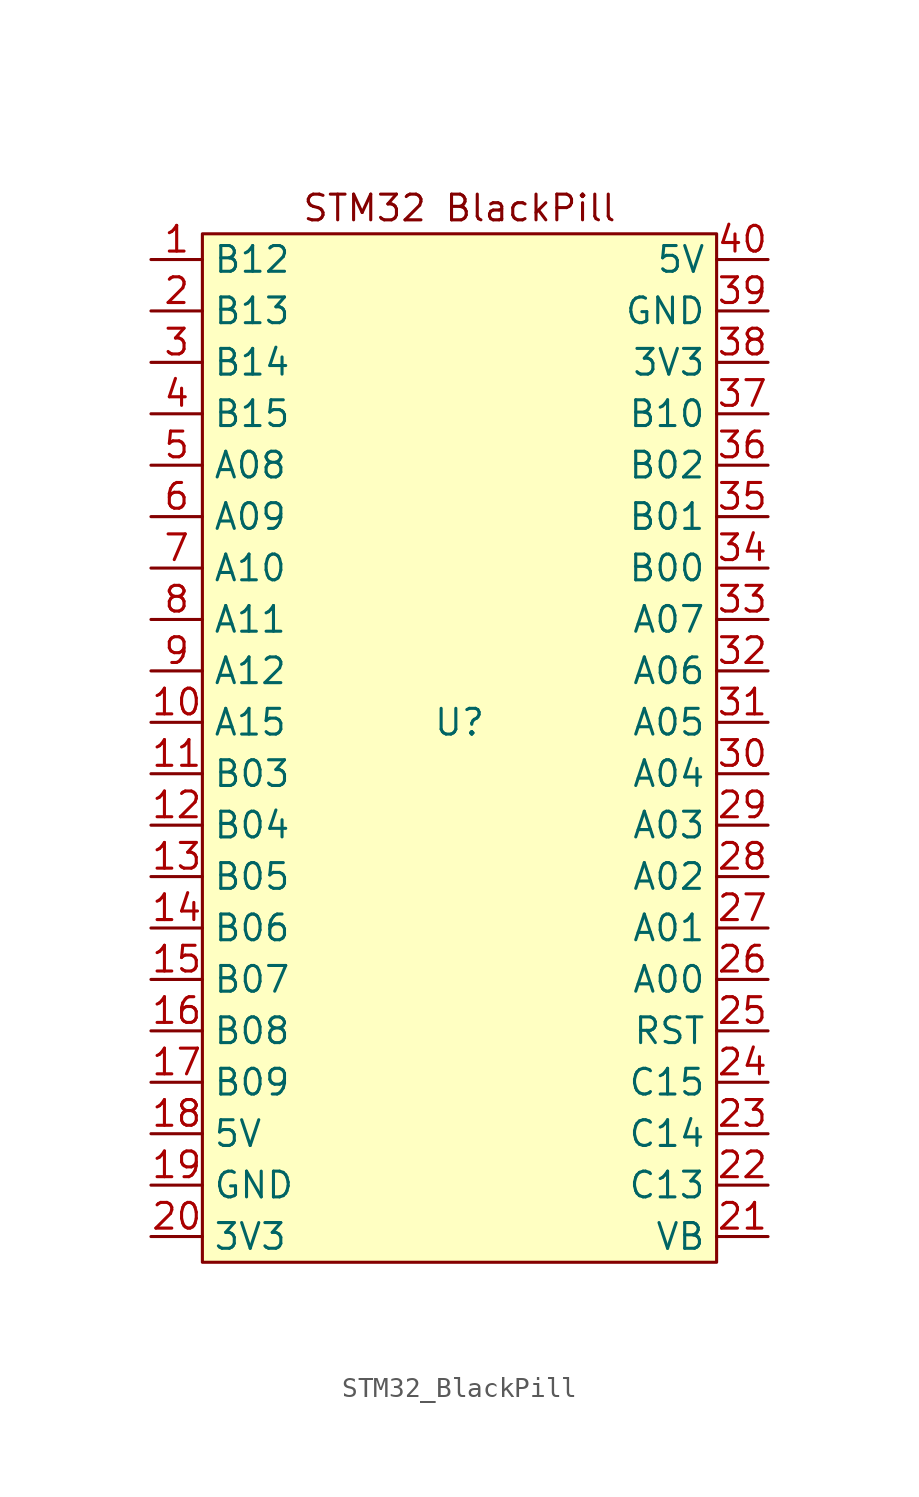
<source format=kicad_sym>
(kicad_symbol_lib
  (version 20220914)
  (generator kicad_symbol_editor)
  (symbol "STM32_BlackPill"
    (property "Reference" "U"
      (at 22.86 -21.59 0)
      (effects (font (size 1.27 1.27))))
    (property "Value" ""
      (at 10.16 1.27 0)
      (effects (font (size 1.27 1.27))))
    (symbol "STM32_BlackPill_1_1"
      (rectangle (start 10.16 2.54) (end 35.56 -48.26) (stroke (width 0) (type default)) (fill (type background)))
      (text "STM32 BlackPill" (at 22.86 3.81 0) (effects (font (size 1.27 1.27))))
      (pin bidirectional line (at 7.62 1.27 0) (length 2.54) (name "B12" (effects (font (size 1.27 1.27)))) (number "1" (effects (font (size 1.27 1.27)))))
      (pin bidirectional line (at 7.62 -21.59 0) (length 2.54) (name "A15" (effects (font (size 1.27 1.27)))) (number "10" (effects (font (size 1.27 1.27)))))
      (pin bidirectional line (at 7.62 -24.13 0) (length 2.54) (name "B03" (effects (font (size 1.27 1.27)))) (number "11" (effects (font (size 1.27 1.27)))))
      (pin bidirectional line (at 7.62 -26.67 0) (length 2.54) (name "B04" (effects (font (size 1.27 1.27)))) (number "12" (effects (font (size 1.27 1.27)))))
      (pin bidirectional line (at 7.62 -29.21 0) (length 2.54) (name "B05" (effects (font (size 1.27 1.27)))) (number "13" (effects (font (size 1.27 1.27)))))
      (pin bidirectional line (at 7.62 -31.75 0) (length 2.54) (name "B06" (effects (font (size 1.27 1.27)))) (number "14" (effects (font (size 1.27 1.27)))))
      (pin bidirectional line (at 7.62 -34.29 0) (length 2.54) (name "B07" (effects (font (size 1.27 1.27)))) (number "15" (effects (font (size 1.27 1.27)))))
      (pin bidirectional line (at 7.62 -36.83 0) (length 2.54) (name "B08" (effects (font (size 1.27 1.27)))) (number "16" (effects (font (size 1.27 1.27)))))
      (pin bidirectional line (at 7.62 -39.37 0) (length 2.54) (name "B09" (effects (font (size 1.27 1.27)))) (number "17" (effects (font (size 1.27 1.27)))))
      (pin power_out line (at 7.62 -41.91 0) (length 2.54) (name "5V" (effects (font (size 1.27 1.27)))) (number "18" (effects (font (size 1.27 1.27)))))
      (pin power_in line (at 7.62 -44.45 0) (length 2.54) (name "GND" (effects (font (size 1.27 1.27)))) (number "19" (effects (font (size 1.27 1.27)))))
      (pin bidirectional line (at 7.62 -1.27 0) (length 2.54) (name "B13" (effects (font (size 1.27 1.27)))) (number "2" (effects (font (size 1.27 1.27)))))
      (pin power_in line (at 7.62 -46.99 0) (length 2.54) (name "3V3" (effects (font (size 1.27 1.27)))) (number "20" (effects (font (size 1.27 1.27)))))
      (pin power_in line (at 38.1 -46.99 180) (length 2.54) (name "VB" (effects (font (size 1.27 1.27)))) (number "21" (effects (font (size 1.27 1.27)))))
      (pin bidirectional line (at 38.1 -44.45 180) (length 2.54) (name "C13" (effects (font (size 1.27 1.27)))) (number "22" (effects (font (size 1.27 1.27)))))
      (pin bidirectional line (at 38.1 -41.91 180) (length 2.54) (name "C14" (effects (font (size 1.27 1.27)))) (number "23" (effects (font (size 1.27 1.27)))))
      (pin bidirectional line (at 38.1 -39.37 180) (length 2.54) (name "C15" (effects (font (size 1.27 1.27)))) (number "24" (effects (font (size 1.27 1.27)))))
      (pin input line (at 38.1 -36.83 180) (length 2.54) (name "RST" (effects (font (size 1.27 1.27)))) (number "25" (effects (font (size 1.27 1.27)))))
      (pin bidirectional line (at 38.1 -34.29 180) (length 2.54) (name "A00" (effects (font (size 1.27 1.27)))) (number "26" (effects (font (size 1.27 1.27)))))
      (pin bidirectional line (at 38.1 -31.75 180) (length 2.54) (name "A01" (effects (font (size 1.27 1.27)))) (number "27" (effects (font (size 1.27 1.27)))))
      (pin bidirectional line (at 38.1 -29.21 180) (length 2.54) (name "A02" (effects (font (size 1.27 1.27)))) (number "28" (effects (font (size 1.27 1.27)))))
      (pin bidirectional line (at 38.1 -26.67 180) (length 2.54) (name "A03" (effects (font (size 1.27 1.27)))) (number "29" (effects (font (size 1.27 1.27)))))
      (pin bidirectional line (at 7.62 -3.81 0) (length 2.54) (name "B14" (effects (font (size 1.27 1.27)))) (number "3" (effects (font (size 1.27 1.27)))))
      (pin bidirectional line (at 38.1 -24.13 180) (length 2.54) (name "A04" (effects (font (size 1.27 1.27)))) (number "30" (effects (font (size 1.27 1.27)))))
      (pin bidirectional line (at 38.1 -21.59 180) (length 2.54) (name "A05" (effects (font (size 1.27 1.27)))) (number "31" (effects (font (size 1.27 1.27)))))
      (pin bidirectional line (at 38.1 -19.05 180) (length 2.54) (name "A06" (effects (font (size 1.27 1.27)))) (number "32" (effects (font (size 1.27 1.27)))))
      (pin bidirectional line (at 38.1 -16.51 180) (length 2.54) (name "A07" (effects (font (size 1.27 1.27)))) (number "33" (effects (font (size 1.27 1.27)))))
      (pin bidirectional line (at 38.1 -13.97 180) (length 2.54) (name "B00" (effects (font (size 1.27 1.27)))) (number "34" (effects (font (size 1.27 1.27)))))
      (pin bidirectional line (at 38.1 -11.43 180) (length 2.54) (name "B01" (effects (font (size 1.27 1.27)))) (number "35" (effects (font (size 1.27 1.27)))))
      (pin bidirectional line (at 38.1 -8.89 180) (length 2.54) (name "B02" (effects (font (size 1.27 1.27)))) (number "36" (effects (font (size 1.27 1.27)))))
      (pin bidirectional line (at 38.1 -6.35 180) (length 2.54) (name "B10" (effects (font (size 1.27 1.27)))) (number "37" (effects (font (size 1.27 1.27)))))
      (pin power_in line (at 38.1 -3.81 180) (length 2.54) (name "3V3" (effects (font (size 1.27 1.27)))) (number "38" (effects (font (size 1.27 1.27)))))
      (pin power_in line (at 38.1 -1.27 180) (length 2.54) (name "GND" (effects (font (size 1.27 1.27)))) (number "39" (effects (font (size 1.27 1.27)))))
      (pin bidirectional line (at 7.62 -6.35 0) (length 2.54) (name "B15" (effects (font (size 1.27 1.27)))) (number "4" (effects (font (size 1.27 1.27)))))
      (pin power_in line (at 38.1 1.27 180) (length 2.54) (name "5V" (effects (font (size 1.27 1.27)))) (number "40" (effects (font (size 1.27 1.27)))))
      (pin bidirectional line (at 7.62 -8.89 0) (length 2.54) (name "A08" (effects (font (size 1.27 1.27)))) (number "5" (effects (font (size 1.27 1.27)))))
      (pin bidirectional line (at 7.62 -11.43 0) (length 2.54) (name "A09" (effects (font (size 1.27 1.27)))) (number "6" (effects (font (size 1.27 1.27)))))
      (pin bidirectional line (at 7.62 -13.97 0) (length 2.54) (name "A10" (effects (font (size 1.27 1.27)))) (number "7" (effects (font (size 1.27 1.27)))))
      (pin bidirectional line (at 7.62 -16.51 0) (length 2.54) (name "A11" (effects (font (size 1.27 1.27)))) (number "8" (effects (font (size 1.27 1.27)))))
      (pin bidirectional line (at 7.62 -19.05 0) (length 2.54) (name "A12" (effects (font (size 1.27 1.27)))) (number "9" (effects (font (size 1.27 1.27))))))))
</source>
